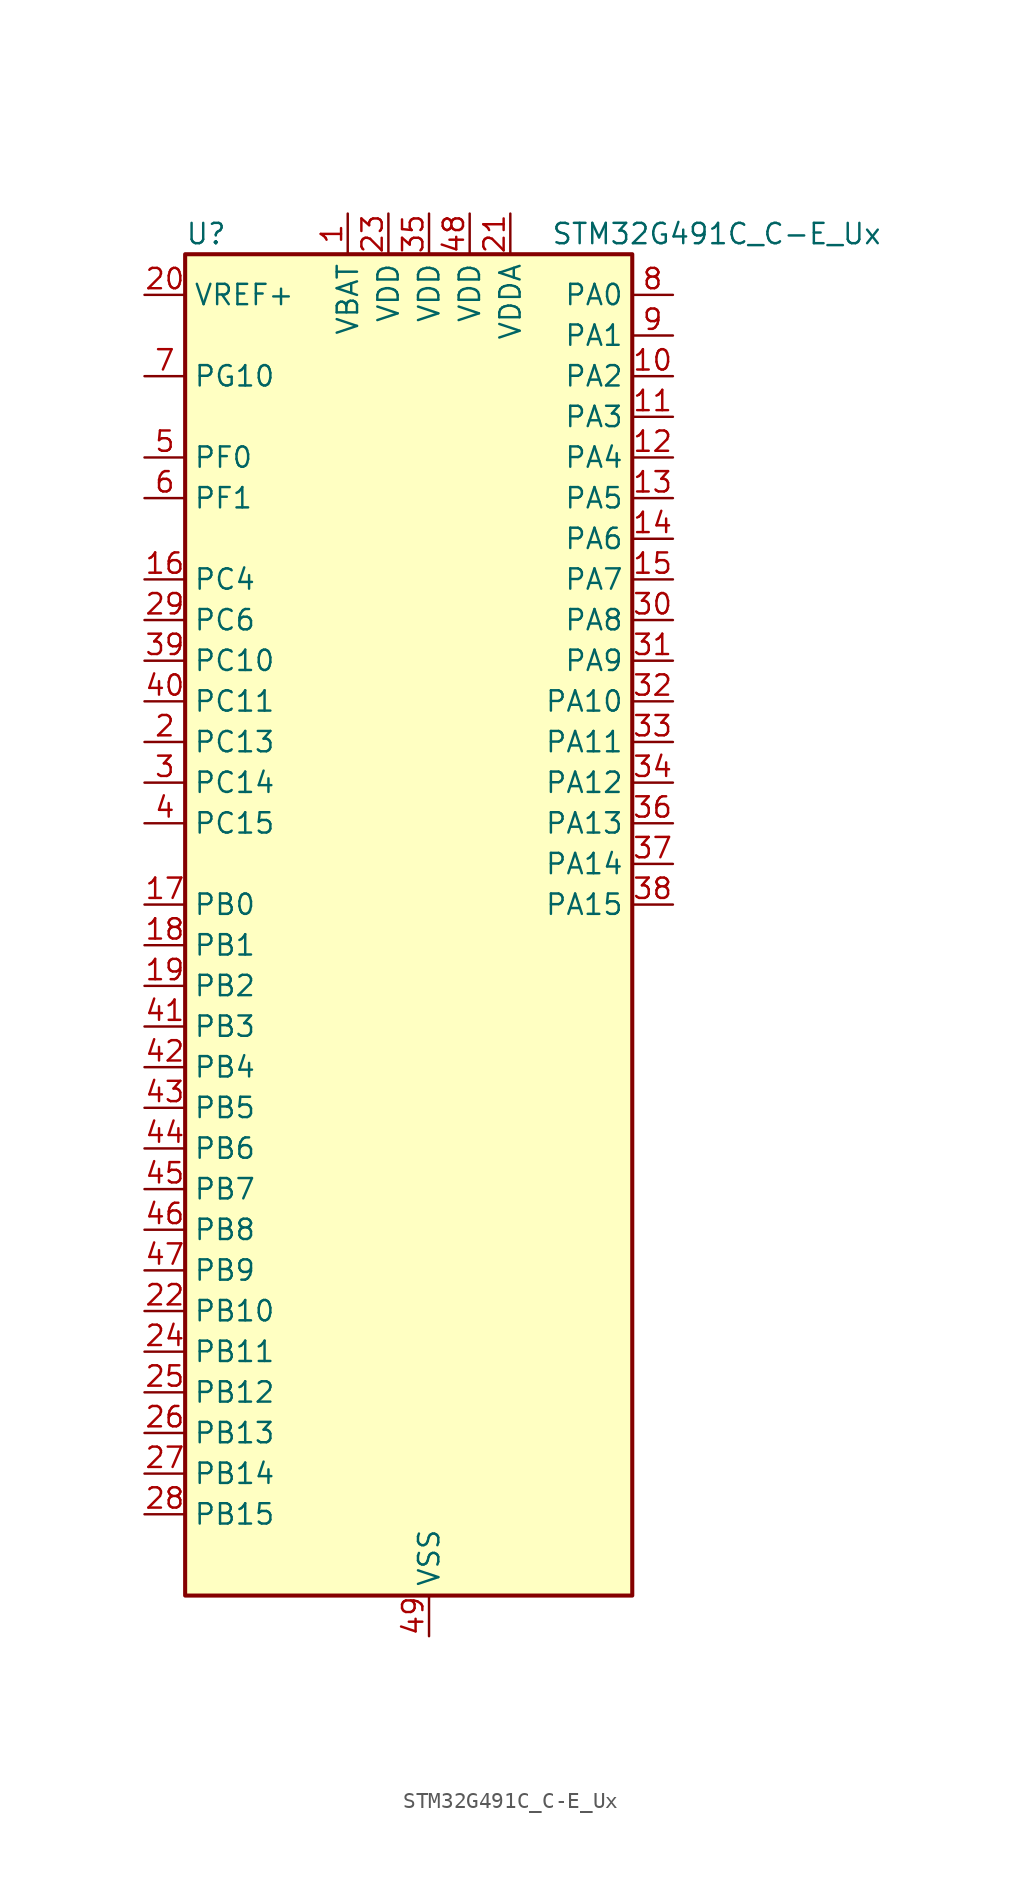
<source format=kicad_sym>
(kicad_symbol_lib
  (version 20220914)
  (generator kicad_symbol_editor)
  (symbol "STM32G491C_C-E_Ux"
    (property "Reference" "U"
      (at -12.7 44.45 0)
      (effects (font (size 1.27 1.27)) (justify left)))
    (property "Value" "STM32G491C_C-E_Ux"
      (at 10.16 44.45 0)
      (effects (font (size 1.27 1.27)) (justify left)))
    (property "ki_locked" ""
      (at 0 0 0)
      (effects (font (size 1.27 1.27))))
    (symbol "STM32G491C_C-E_Ux_0_1"
      (rectangle (start -12.7 -40.64) (end 15.24 43.18) (stroke (width 0.254) (type default)) (fill (type background))))
    (symbol "STM32G491C_C-E_Ux_1_1"
      (pin power_in line (at -2.54 45.72 270) (length 2.54) (name "VBAT" (effects (font (size 1.27 1.27)))) (number "1" (effects (font (size 1.27 1.27)))))
      (pin bidirectional line (at 17.78 35.56 180) (length 2.54) (name "PA2" (effects (font (size 1.27 1.27)))) (number "10" (effects (font (size 1.27 1.27)))) (alternate "ADC1_IN3" bidirectional line) (alternate "ADC3_EXTI2" bidirectional line) (alternate "COMP2_INM" bidirectional line) (alternate "COMP2_OUT" bidirectional line) (alternate "LPUART1_TX" bidirectional line) (alternate "OPAMP1_VOUT" bidirectional line) (alternate "QUADSPI1_BK1_NCS" bidirectional line) (alternate "RCC_LSCO" bidirectional line) (alternate "SYS_WKUP4" bidirectional line) (alternate "TIM15_CH1" bidirectional line) (alternate "TIM2_CH3" bidirectional line) (alternate "UCPD1_FRSTX1" bidirectional line) (alternate "UCPD1_FRSTX2" bidirectional line) (alternate "USART2_TX" bidirectional line))
      (pin bidirectional line (at 17.78 33.02 180) (length 2.54) (name "PA3" (effects (font (size 1.27 1.27)))) (number "11" (effects (font (size 1.27 1.27)))) (alternate "ADC1_IN4" bidirectional line) (alternate "ADC3_EXTI3" bidirectional line) (alternate "COMP2_INP" bidirectional line) (alternate "LPUART1_RX" bidirectional line) (alternate "OPAMP1_VINM" bidirectional line) (alternate "OPAMP1_VINM0" bidirectional line) (alternate "OPAMP1_VINM_SEC" bidirectional line) (alternate "OPAMP1_VINP" bidirectional line) (alternate "OPAMP1_VINP_SEC" bidirectional line) (alternate "QUADSPI1_CLK" bidirectional line) (alternate "SAI1_CK1" bidirectional line) (alternate "SAI1_MCLK_A" bidirectional line) (alternate "TIM15_CH2" bidirectional line) (alternate "TIM2_CH4" bidirectional line) (alternate "USART2_RX" bidirectional line))
      (pin bidirectional line (at 17.78 30.48 180) (length 2.54) (name "PA4" (effects (font (size 1.27 1.27)))) (number "12" (effects (font (size 1.27 1.27)))) (alternate "ADC2_IN17" bidirectional line) (alternate "COMP1_INM" bidirectional line) (alternate "DAC1_OUT1" bidirectional line) (alternate "I2S3_WS" bidirectional line) (alternate "SAI1_FS_B" bidirectional line) (alternate "SPI1_NSS" bidirectional line) (alternate "SPI3_NSS" bidirectional line) (alternate "TIM3_CH2" bidirectional line) (alternate "USART2_CK" bidirectional line))
      (pin bidirectional line (at 17.78 27.94 180) (length 2.54) (name "PA5" (effects (font (size 1.27 1.27)))) (number "13" (effects (font (size 1.27 1.27)))) (alternate "ADC2_IN13" bidirectional line) (alternate "COMP2_INM" bidirectional line) (alternate "DAC1_OUT2" bidirectional line) (alternate "OPAMP2_VINM" bidirectional line) (alternate "OPAMP2_VINM0" bidirectional line) (alternate "OPAMP2_VINM_SEC" bidirectional line) (alternate "SPI1_SCK" bidirectional line) (alternate "TIM2_CH1" bidirectional line) (alternate "TIM2_ETR" bidirectional line) (alternate "UCPD1_FRSTX1" bidirectional line) (alternate "UCPD1_FRSTX2" bidirectional line))
      (pin bidirectional line (at 17.78 25.4 180) (length 2.54) (name "PA6" (effects (font (size 1.27 1.27)))) (number "14" (effects (font (size 1.27 1.27)))) (alternate "ADC2_IN3" bidirectional line) (alternate "COMP1_OUT" bidirectional line) (alternate "LPUART1_CTS" bidirectional line) (alternate "OPAMP2_VOUT" bidirectional line) (alternate "QUADSPI1_BK1_IO3" bidirectional line) (alternate "SPI1_MISO" bidirectional line) (alternate "TIM16_CH1" bidirectional line) (alternate "TIM1_BKIN" bidirectional line) (alternate "TIM3_CH1" bidirectional line) (alternate "TIM8_BKIN" bidirectional line))
      (pin bidirectional line (at 17.78 22.86 180) (length 2.54) (name "PA7" (effects (font (size 1.27 1.27)))) (number "15" (effects (font (size 1.27 1.27)))) (alternate "ADC2_IN4" bidirectional line) (alternate "COMP2_INP" bidirectional line) (alternate "COMP2_OUT" bidirectional line) (alternate "OPAMP1_VINP" bidirectional line) (alternate "OPAMP1_VINP_SEC" bidirectional line) (alternate "OPAMP2_VINP" bidirectional line) (alternate "OPAMP2_VINP_SEC" bidirectional line) (alternate "QUADSPI1_BK1_IO2" bidirectional line) (alternate "SPI1_MOSI" bidirectional line) (alternate "TIM17_CH1" bidirectional line) (alternate "TIM1_CH1N" bidirectional line) (alternate "TIM3_CH2" bidirectional line) (alternate "TIM8_CH1N" bidirectional line) (alternate "UCPD1_FRSTX1" bidirectional line) (alternate "UCPD1_FRSTX2" bidirectional line))
      (pin bidirectional line (at -15.24 22.86 0) (length 2.54) (name "PC4" (effects (font (size 1.27 1.27)))) (number "16" (effects (font (size 1.27 1.27)))) (alternate "ADC2_IN5" bidirectional line) (alternate "I2C2_SCL" bidirectional line) (alternate "QUADSPI1_BK2_IO3" bidirectional line) (alternate "TIM1_ETR" bidirectional line) (alternate "USART1_TX" bidirectional line))
      (pin bidirectional line (at -15.24 2.54 0) (length 2.54) (name "PB0" (effects (font (size 1.27 1.27)))) (number "17" (effects (font (size 1.27 1.27)))) (alternate "ADC1_IN15" bidirectional line) (alternate "ADC3_IN12" bidirectional line) (alternate "COMP4_INP" bidirectional line) (alternate "OPAMP2_VINP" bidirectional line) (alternate "OPAMP2_VINP_SEC" bidirectional line) (alternate "OPAMP3_VINP" bidirectional line) (alternate "OPAMP3_VINP_SEC" bidirectional line) (alternate "QUADSPI1_BK1_IO1" bidirectional line) (alternate "TIM1_CH2N" bidirectional line) (alternate "TIM3_CH3" bidirectional line) (alternate "TIM8_CH2N" bidirectional line) (alternate "UCPD1_FRSTX1" bidirectional line) (alternate "UCPD1_FRSTX2" bidirectional line))
      (pin bidirectional line (at -15.24 0 0) (length 2.54) (name "PB1" (effects (font (size 1.27 1.27)))) (number "18" (effects (font (size 1.27 1.27)))) (alternate "ADC1_IN12" bidirectional line) (alternate "ADC3_IN1" bidirectional line) (alternate "COMP1_INP" bidirectional line) (alternate "COMP4_OUT" bidirectional line) (alternate "LPUART1_DE" bidirectional line) (alternate "LPUART1_RTS" bidirectional line) (alternate "OPAMP3_VOUT" bidirectional line) (alternate "OPAMP6_VINM" bidirectional line) (alternate "OPAMP6_VINM1" bidirectional line) (alternate "OPAMP6_VINM_SEC" bidirectional line) (alternate "QUADSPI1_BK1_IO0" bidirectional line) (alternate "TIM1_CH3N" bidirectional line) (alternate "TIM3_CH4" bidirectional line) (alternate "TIM8_CH3N" bidirectional line))
      (pin bidirectional line (at -15.24 -2.54 0) (length 2.54) (name "PB2" (effects (font (size 1.27 1.27)))) (number "19" (effects (font (size 1.27 1.27)))) (alternate "ADC2_IN12" bidirectional line) (alternate "ADC3_EXTI2" bidirectional line) (alternate "COMP4_INM" bidirectional line) (alternate "I2C3_SMBA" bidirectional line) (alternate "LPTIM1_OUT" bidirectional line) (alternate "OPAMP3_VINM" bidirectional line) (alternate "OPAMP3_VINM0" bidirectional line) (alternate "OPAMP3_VINM_SEC" bidirectional line) (alternate "QUADSPI1_BK2_IO1" bidirectional line) (alternate "RTC_OUT2" bidirectional line) (alternate "TIM20_CH1" bidirectional line))
      (pin bidirectional line (at -15.24 12.7 0) (length 2.54) (name "PC13" (effects (font (size 1.27 1.27)))) (number "2" (effects (font (size 1.27 1.27)))) (alternate "RTC_OUT1" bidirectional line) (alternate "RTC_TAMP1" bidirectional line) (alternate "RTC_TS" bidirectional line) (alternate "SYS_WKUP2" bidirectional line) (alternate "TIM1_BKIN" bidirectional line) (alternate "TIM1_CH1N" bidirectional line) (alternate "TIM8_CH4N" bidirectional line))
      (pin input line (at -15.24 40.64 0) (length 2.54) (name "VREF+" (effects (font (size 1.27 1.27)))) (number "20" (effects (font (size 1.27 1.27)))) (alternate "VREFBUF_OUT" bidirectional line))
      (pin power_in line (at 7.62 45.72 270) (length 2.54) (name "VDDA" (effects (font (size 1.27 1.27)))) (number "21" (effects (font (size 1.27 1.27)))))
      (pin bidirectional line (at -15.24 -22.86 0) (length 2.54) (name "PB10" (effects (font (size 1.27 1.27)))) (number "22" (effects (font (size 1.27 1.27)))) (alternate "DAC1_EXTI10" bidirectional line) (alternate "DAC3_EXTI10" bidirectional line) (alternate "LPUART1_RX" bidirectional line) (alternate "OPAMP3_VINM" bidirectional line) (alternate "OPAMP3_VINM1" bidirectional line) (alternate "OPAMP3_VINM_SEC" bidirectional line) (alternate "QUADSPI1_CLK" bidirectional line) (alternate "SAI1_SCK_A" bidirectional line) (alternate "TIM1_BKIN" bidirectional line) (alternate "TIM2_CH3" bidirectional line) (alternate "USART3_TX" bidirectional line))
      (pin power_in line (at 0 45.72 270) (length 2.54) (name "VDD" (effects (font (size 1.27 1.27)))) (number "23" (effects (font (size 1.27 1.27)))))
      (pin bidirectional line (at -15.24 -25.4 0) (length 2.54) (name "PB11" (effects (font (size 1.27 1.27)))) (number "24" (effects (font (size 1.27 1.27)))) (alternate "ADC1_EXTI11" bidirectional line) (alternate "ADC1_IN14" bidirectional line) (alternate "ADC2_EXTI11" bidirectional line) (alternate "ADC2_IN14" bidirectional line) (alternate "LPUART1_TX" bidirectional line) (alternate "OPAMP6_VOUT" bidirectional line) (alternate "QUADSPI1_BK1_NCS" bidirectional line) (alternate "TIM2_CH4" bidirectional line) (alternate "USART3_RX" bidirectional line))
      (pin bidirectional line (at -15.24 -27.94 0) (length 2.54) (name "PB12" (effects (font (size 1.27 1.27)))) (number "25" (effects (font (size 1.27 1.27)))) (alternate "ADC1_IN11" bidirectional line) (alternate "FDCAN2_RX" bidirectional line) (alternate "I2C2_SMBA" bidirectional line) (alternate "I2S2_WS" bidirectional line) (alternate "LPUART1_DE" bidirectional line) (alternate "LPUART1_RTS" bidirectional line) (alternate "OPAMP6_VINP" bidirectional line) (alternate "OPAMP6_VINP_SEC" bidirectional line) (alternate "SPI2_NSS" bidirectional line) (alternate "TIM1_BKIN" bidirectional line) (alternate "USART3_CK" bidirectional line))
      (pin bidirectional line (at -15.24 -30.48 0) (length 2.54) (name "PB13" (effects (font (size 1.27 1.27)))) (number "26" (effects (font (size 1.27 1.27)))) (alternate "ADC3_IN5" bidirectional line) (alternate "FDCAN2_TX" bidirectional line) (alternate "I2S2_CK" bidirectional line) (alternate "LPUART1_CTS" bidirectional line) (alternate "OPAMP3_VINP" bidirectional line) (alternate "OPAMP3_VINP_SEC" bidirectional line) (alternate "OPAMP6_VINP" bidirectional line) (alternate "OPAMP6_VINP_SEC" bidirectional line) (alternate "SPI2_SCK" bidirectional line) (alternate "TIM1_CH1N" bidirectional line) (alternate "USART3_CTS" bidirectional line) (alternate "USART3_NSS" bidirectional line))
      (pin bidirectional line (at -15.24 -33.02 0) (length 2.54) (name "PB14" (effects (font (size 1.27 1.27)))) (number "27" (effects (font (size 1.27 1.27)))) (alternate "ADC1_IN5" bidirectional line) (alternate "COMP4_OUT" bidirectional line) (alternate "OPAMP2_VINP" bidirectional line) (alternate "OPAMP2_VINP_SEC" bidirectional line) (alternate "SPI2_MISO" bidirectional line) (alternate "TIM15_CH1" bidirectional line) (alternate "TIM1_CH2N" bidirectional line) (alternate "USART3_DE" bidirectional line) (alternate "USART3_RTS" bidirectional line))
      (pin bidirectional line (at -15.24 -35.56 0) (length 2.54) (name "PB15" (effects (font (size 1.27 1.27)))) (number "28" (effects (font (size 1.27 1.27)))) (alternate "ADC1_EXTI15" bidirectional line) (alternate "ADC2_EXTI15" bidirectional line) (alternate "ADC2_IN15" bidirectional line) (alternate "COMP3_OUT" bidirectional line) (alternate "I2S2_SD" bidirectional line) (alternate "RTC_REFIN" bidirectional line) (alternate "SPI2_MOSI" bidirectional line) (alternate "TIM15_CH1N" bidirectional line) (alternate "TIM15_CH2" bidirectional line) (alternate "TIM1_CH3N" bidirectional line))
      (pin bidirectional line (at -15.24 20.32 0) (length 2.54) (name "PC6" (effects (font (size 1.27 1.27)))) (number "29" (effects (font (size 1.27 1.27)))) (alternate "I2S2_MCK" bidirectional line) (alternate "TIM3_CH1" bidirectional line) (alternate "TIM8_CH1" bidirectional line))
      (pin bidirectional line (at -15.24 10.16 0) (length 2.54) (name "PC14" (effects (font (size 1.27 1.27)))) (number "3" (effects (font (size 1.27 1.27)))) (alternate "RCC_OSC32_IN" bidirectional line))
      (pin bidirectional line (at 17.78 20.32 180) (length 2.54) (name "PA8" (effects (font (size 1.27 1.27)))) (number "30" (effects (font (size 1.27 1.27)))) (alternate "I2C2_SDA" bidirectional line) (alternate "I2C3_SCL" bidirectional line) (alternate "I2S2_MCK" bidirectional line) (alternate "RCC_MCO" bidirectional line) (alternate "SAI1_CK2" bidirectional line) (alternate "SAI1_SCK_A" bidirectional line) (alternate "TIM1_CH1" bidirectional line) (alternate "TIM4_ETR" bidirectional line) (alternate "USART1_CK" bidirectional line))
      (pin bidirectional line (at 17.78 17.78 180) (length 2.54) (name "PA9" (effects (font (size 1.27 1.27)))) (number "31" (effects (font (size 1.27 1.27)))) (alternate "DAC1_EXTI9" bidirectional line) (alternate "DAC3_EXTI9" bidirectional line) (alternate "I2C2_SCL" bidirectional line) (alternate "I2C3_SMBA" bidirectional line) (alternate "I2S3_MCK" bidirectional line) (alternate "SAI1_FS_A" bidirectional line) (alternate "TIM15_BKIN" bidirectional line) (alternate "TIM1_CH2" bidirectional line) (alternate "TIM2_CH3" bidirectional line) (alternate "UCPD1_DBCC1" bidirectional line) (alternate "USART1_TX" bidirectional line))
      (pin bidirectional line (at 17.78 15.24 180) (length 2.54) (name "PA10" (effects (font (size 1.27 1.27)))) (number "32" (effects (font (size 1.27 1.27)))) (alternate "CRS_SYNC" bidirectional line) (alternate "DAC1_EXTI10" bidirectional line) (alternate "DAC3_EXTI10" bidirectional line) (alternate "I2C2_SMBA" bidirectional line) (alternate "SAI1_D1" bidirectional line) (alternate "SAI1_SD_A" bidirectional line) (alternate "SPI2_MISO" bidirectional line) (alternate "TIM17_BKIN" bidirectional line) (alternate "TIM1_CH3" bidirectional line) (alternate "TIM2_CH4" bidirectional line) (alternate "TIM8_BKIN" bidirectional line) (alternate "UCPD1_DBCC2" bidirectional line) (alternate "USART1_RX" bidirectional line))
      (pin bidirectional line (at 17.78 12.7 180) (length 2.54) (name "PA11" (effects (font (size 1.27 1.27)))) (number "33" (effects (font (size 1.27 1.27)))) (alternate "ADC1_EXTI11" bidirectional line) (alternate "ADC2_EXTI11" bidirectional line) (alternate "COMP1_OUT" bidirectional line) (alternate "FDCAN1_RX" bidirectional line) (alternate "I2S2_SD" bidirectional line) (alternate "SPI2_MOSI" bidirectional line) (alternate "TIM1_BKIN2" bidirectional line) (alternate "TIM1_CH1N" bidirectional line) (alternate "TIM1_CH4" bidirectional line) (alternate "TIM4_CH1" bidirectional line) (alternate "USART1_CTS" bidirectional line) (alternate "USART1_NSS" bidirectional line) (alternate "USB_DM" bidirectional line))
      (pin bidirectional line (at 17.78 10.16 180) (length 2.54) (name "PA12" (effects (font (size 1.27 1.27)))) (number "34" (effects (font (size 1.27 1.27)))) (alternate "COMP2_OUT" bidirectional line) (alternate "FDCAN1_TX" bidirectional line) (alternate "I2S_CKIN" bidirectional line) (alternate "TIM16_CH1" bidirectional line) (alternate "TIM1_CH2N" bidirectional line) (alternate "TIM1_ETR" bidirectional line) (alternate "TIM4_CH2" bidirectional line) (alternate "USART1_DE" bidirectional line) (alternate "USART1_RTS" bidirectional line) (alternate "USB_DP" bidirectional line))
      (pin power_in line (at 2.54 45.72 270) (length 2.54) (name "VDD" (effects (font (size 1.27 1.27)))) (number "35" (effects (font (size 1.27 1.27)))))
      (pin bidirectional line (at 17.78 7.62 180) (length 2.54) (name "PA13" (effects (font (size 1.27 1.27)))) (number "36" (effects (font (size 1.27 1.27)))) (alternate "I2C1_SCL" bidirectional line) (alternate "IR_OUT" bidirectional line) (alternate "SAI1_SD_B" bidirectional line) (alternate "SYS_JTMS-SWDIO" bidirectional line) (alternate "TIM16_CH1N" bidirectional line) (alternate "TIM4_CH3" bidirectional line) (alternate "USART3_CTS" bidirectional line) (alternate "USART3_NSS" bidirectional line))
      (pin bidirectional line (at 17.78 5.08 180) (length 2.54) (name "PA14" (effects (font (size 1.27 1.27)))) (number "37" (effects (font (size 1.27 1.27)))) (alternate "I2C1_SDA" bidirectional line) (alternate "LPTIM1_OUT" bidirectional line) (alternate "SAI1_FS_B" bidirectional line) (alternate "SYS_JTCK-SWCLK" bidirectional line) (alternate "TIM1_BKIN" bidirectional line) (alternate "TIM8_CH2" bidirectional line) (alternate "USART2_TX" bidirectional line))
      (pin bidirectional line (at 17.78 2.54 180) (length 2.54) (name "PA15" (effects (font (size 1.27 1.27)))) (number "38" (effects (font (size 1.27 1.27)))) (alternate "ADC1_EXTI15" bidirectional line) (alternate "ADC2_EXTI15" bidirectional line) (alternate "I2C1_SCL" bidirectional line) (alternate "I2S3_WS" bidirectional line) (alternate "SPI1_NSS" bidirectional line) (alternate "SPI3_NSS" bidirectional line) (alternate "SYS_JTDI" bidirectional line) (alternate "TIM1_BKIN" bidirectional line) (alternate "TIM20_ETR" bidirectional line) (alternate "TIM2_CH1" bidirectional line) (alternate "TIM2_ETR" bidirectional line) (alternate "TIM8_CH1" bidirectional line) (alternate "USART2_RX" bidirectional line))
      (pin bidirectional line (at -15.24 17.78 0) (length 2.54) (name "PC10" (effects (font (size 1.27 1.27)))) (number "39" (effects (font (size 1.27 1.27)))) (alternate "DAC1_EXTI10" bidirectional line) (alternate "DAC3_EXTI10" bidirectional line) (alternate "I2S3_CK" bidirectional line) (alternate "SPI3_SCK" bidirectional line) (alternate "TIM8_CH1N" bidirectional line) (alternate "USART3_TX" bidirectional line))
      (pin bidirectional line (at -15.24 7.62 0) (length 2.54) (name "PC15" (effects (font (size 1.27 1.27)))) (number "4" (effects (font (size 1.27 1.27)))) (alternate "ADC1_EXTI15" bidirectional line) (alternate "ADC2_EXTI15" bidirectional line) (alternate "RCC_OSC32_OUT" bidirectional line))
      (pin bidirectional line (at -15.24 15.24 0) (length 2.54) (name "PC11" (effects (font (size 1.27 1.27)))) (number "40" (effects (font (size 1.27 1.27)))) (alternate "ADC1_EXTI11" bidirectional line) (alternate "ADC2_EXTI11" bidirectional line) (alternate "I2C3_SDA" bidirectional line) (alternate "SPI3_MISO" bidirectional line) (alternate "TIM8_CH2N" bidirectional line) (alternate "USART3_RX" bidirectional line))
      (pin bidirectional line (at -15.24 -5.08 0) (length 2.54) (name "PB3" (effects (font (size 1.27 1.27)))) (number "41" (effects (font (size 1.27 1.27)))) (alternate "ADC3_EXTI3" bidirectional line) (alternate "CRS_SYNC" bidirectional line) (alternate "I2S3_CK" bidirectional line) (alternate "SAI1_SCK_B" bidirectional line) (alternate "SPI1_SCK" bidirectional line) (alternate "SPI3_SCK" bidirectional line) (alternate "SYS_JTDO-SWO" bidirectional line) (alternate "TIM2_CH2" bidirectional line) (alternate "TIM3_ETR" bidirectional line) (alternate "TIM4_ETR" bidirectional line) (alternate "TIM8_CH1N" bidirectional line) (alternate "USART2_TX" bidirectional line))
      (pin bidirectional line (at -15.24 -7.62 0) (length 2.54) (name "PB4" (effects (font (size 1.27 1.27)))) (number "42" (effects (font (size 1.27 1.27)))) (alternate "SAI1_MCLK_B" bidirectional line) (alternate "SPI1_MISO" bidirectional line) (alternate "SPI3_MISO" bidirectional line) (alternate "SYS_JTRST" bidirectional line) (alternate "TIM16_CH1" bidirectional line) (alternate "TIM17_BKIN" bidirectional line) (alternate "TIM3_CH1" bidirectional line) (alternate "TIM8_CH2N" bidirectional line) (alternate "UCPD1_CC2" bidirectional line) (alternate "USART2_RX" bidirectional line))
      (pin bidirectional line (at -15.24 -10.16 0) (length 2.54) (name "PB5" (effects (font (size 1.27 1.27)))) (number "43" (effects (font (size 1.27 1.27)))) (alternate "FDCAN2_RX" bidirectional line) (alternate "I2C1_SMBA" bidirectional line) (alternate "I2C3_SDA" bidirectional line) (alternate "I2S3_SD" bidirectional line) (alternate "LPTIM1_IN1" bidirectional line) (alternate "SAI1_SD_B" bidirectional line) (alternate "SPI1_MOSI" bidirectional line) (alternate "SPI3_MOSI" bidirectional line) (alternate "TIM16_BKIN" bidirectional line) (alternate "TIM17_CH1" bidirectional line) (alternate "TIM3_CH2" bidirectional line) (alternate "TIM8_CH3N" bidirectional line) (alternate "USART2_CK" bidirectional line))
      (pin bidirectional line (at -15.24 -12.7 0) (length 2.54) (name "PB6" (effects (font (size 1.27 1.27)))) (number "44" (effects (font (size 1.27 1.27)))) (alternate "COMP4_OUT" bidirectional line) (alternate "FDCAN2_TX" bidirectional line) (alternate "LPTIM1_ETR" bidirectional line) (alternate "SAI1_FS_B" bidirectional line) (alternate "TIM16_CH1N" bidirectional line) (alternate "TIM4_CH1" bidirectional line) (alternate "TIM8_BKIN2" bidirectional line) (alternate "TIM8_CH1" bidirectional line) (alternate "TIM8_ETR" bidirectional line) (alternate "UCPD1_CC1" bidirectional line) (alternate "USART1_TX" bidirectional line))
      (pin bidirectional line (at -15.24 -15.24 0) (length 2.54) (name "PB7" (effects (font (size 1.27 1.27)))) (number "45" (effects (font (size 1.27 1.27)))) (alternate "COMP3_OUT" bidirectional line) (alternate "I2C1_SDA" bidirectional line) (alternate "LPTIM1_IN2" bidirectional line) (alternate "SYS_PVD_IN" bidirectional line) (alternate "TIM17_CH1N" bidirectional line) (alternate "TIM3_CH4" bidirectional line) (alternate "TIM4_CH2" bidirectional line) (alternate "TIM8_BKIN" bidirectional line) (alternate "USART1_RX" bidirectional line))
      (pin bidirectional line (at -15.24 -17.78 0) (length 2.54) (name "PB8" (effects (font (size 1.27 1.27)))) (number "46" (effects (font (size 1.27 1.27)))) (alternate "COMP1_OUT" bidirectional line) (alternate "FDCAN1_RX" bidirectional line) (alternate "I2C1_SCL" bidirectional line) (alternate "SAI1_CK1" bidirectional line) (alternate "SAI1_MCLK_A" bidirectional line) (alternate "TIM16_CH1" bidirectional line) (alternate "TIM1_BKIN" bidirectional line) (alternate "TIM4_CH3" bidirectional line) (alternate "TIM8_CH2" bidirectional line) (alternate "USART3_RX" bidirectional line))
      (pin bidirectional line (at -15.24 -20.32 0) (length 2.54) (name "PB9" (effects (font (size 1.27 1.27)))) (number "47" (effects (font (size 1.27 1.27)))) (alternate "COMP2_OUT" bidirectional line) (alternate "DAC1_EXTI9" bidirectional line) (alternate "DAC3_EXTI9" bidirectional line) (alternate "FDCAN1_TX" bidirectional line) (alternate "I2C1_SDA" bidirectional line) (alternate "IR_OUT" bidirectional line) (alternate "SAI1_D2" bidirectional line) (alternate "SAI1_FS_A" bidirectional line) (alternate "TIM17_CH1" bidirectional line) (alternate "TIM1_CH3N" bidirectional line) (alternate "TIM4_CH4" bidirectional line) (alternate "TIM8_CH3" bidirectional line) (alternate "USART3_TX" bidirectional line))
      (pin power_in line (at 5.08 45.72 270) (length 2.54) (name "VDD" (effects (font (size 1.27 1.27)))) (number "48" (effects (font (size 1.27 1.27)))))
      (pin power_in line (at 2.54 -43.18 90) (length 2.54) (name "VSS" (effects (font (size 1.27 1.27)))) (number "49" (effects (font (size 1.27 1.27)))))
      (pin bidirectional line (at -15.24 30.48 0) (length 2.54) (name "PF0" (effects (font (size 1.27 1.27)))) (number "5" (effects (font (size 1.27 1.27)))) (alternate "ADC1_IN10" bidirectional line) (alternate "I2C2_SDA" bidirectional line) (alternate "I2S2_WS" bidirectional line) (alternate "RCC_OSC_IN" bidirectional line) (alternate "SPI2_NSS" bidirectional line) (alternate "TIM1_CH3N" bidirectional line))
      (pin bidirectional line (at -15.24 27.94 0) (length 2.54) (name "PF1" (effects (font (size 1.27 1.27)))) (number "6" (effects (font (size 1.27 1.27)))) (alternate "ADC2_IN10" bidirectional line) (alternate "COMP3_INM" bidirectional line) (alternate "I2S2_CK" bidirectional line) (alternate "RCC_OSC_OUT" bidirectional line) (alternate "SPI2_SCK" bidirectional line))
      (pin bidirectional line (at -15.24 35.56 0) (length 2.54) (name "PG10" (effects (font (size 1.27 1.27)))) (number "7" (effects (font (size 1.27 1.27)))) (alternate "DAC1_EXTI10" bidirectional line) (alternate "DAC3_EXTI10" bidirectional line) (alternate "RCC_MCO" bidirectional line))
      (pin bidirectional line (at 17.78 40.64 180) (length 2.54) (name "PA0" (effects (font (size 1.27 1.27)))) (number "8" (effects (font (size 1.27 1.27)))) (alternate "ADC1_IN1" bidirectional line) (alternate "ADC2_IN1" bidirectional line) (alternate "COMP1_INM" bidirectional line) (alternate "COMP1_OUT" bidirectional line) (alternate "COMP3_INP" bidirectional line) (alternate "RTC_TAMP2" bidirectional line) (alternate "SYS_WKUP1" bidirectional line) (alternate "TIM2_CH1" bidirectional line) (alternate "TIM2_ETR" bidirectional line) (alternate "TIM8_BKIN" bidirectional line) (alternate "TIM8_ETR" bidirectional line) (alternate "USART2_CTS" bidirectional line) (alternate "USART2_NSS" bidirectional line))
      (pin bidirectional line (at 17.78 38.1 180) (length 2.54) (name "PA1" (effects (font (size 1.27 1.27)))) (number "9" (effects (font (size 1.27 1.27)))) (alternate "ADC1_IN2" bidirectional line) (alternate "ADC2_IN2" bidirectional line) (alternate "COMP1_INP" bidirectional line) (alternate "OPAMP1_VINP" bidirectional line) (alternate "OPAMP1_VINP_SEC" bidirectional line) (alternate "OPAMP3_VINP" bidirectional line) (alternate "OPAMP3_VINP_SEC" bidirectional line) (alternate "OPAMP6_VINM" bidirectional line) (alternate "OPAMP6_VINM0" bidirectional line) (alternate "OPAMP6_VINM_SEC" bidirectional line) (alternate "RTC_REFIN" bidirectional line) (alternate "TIM15_CH1N" bidirectional line) (alternate "TIM2_CH2" bidirectional line) (alternate "USART2_DE" bidirectional line) (alternate "USART2_RTS" bidirectional line)))))
</source>
